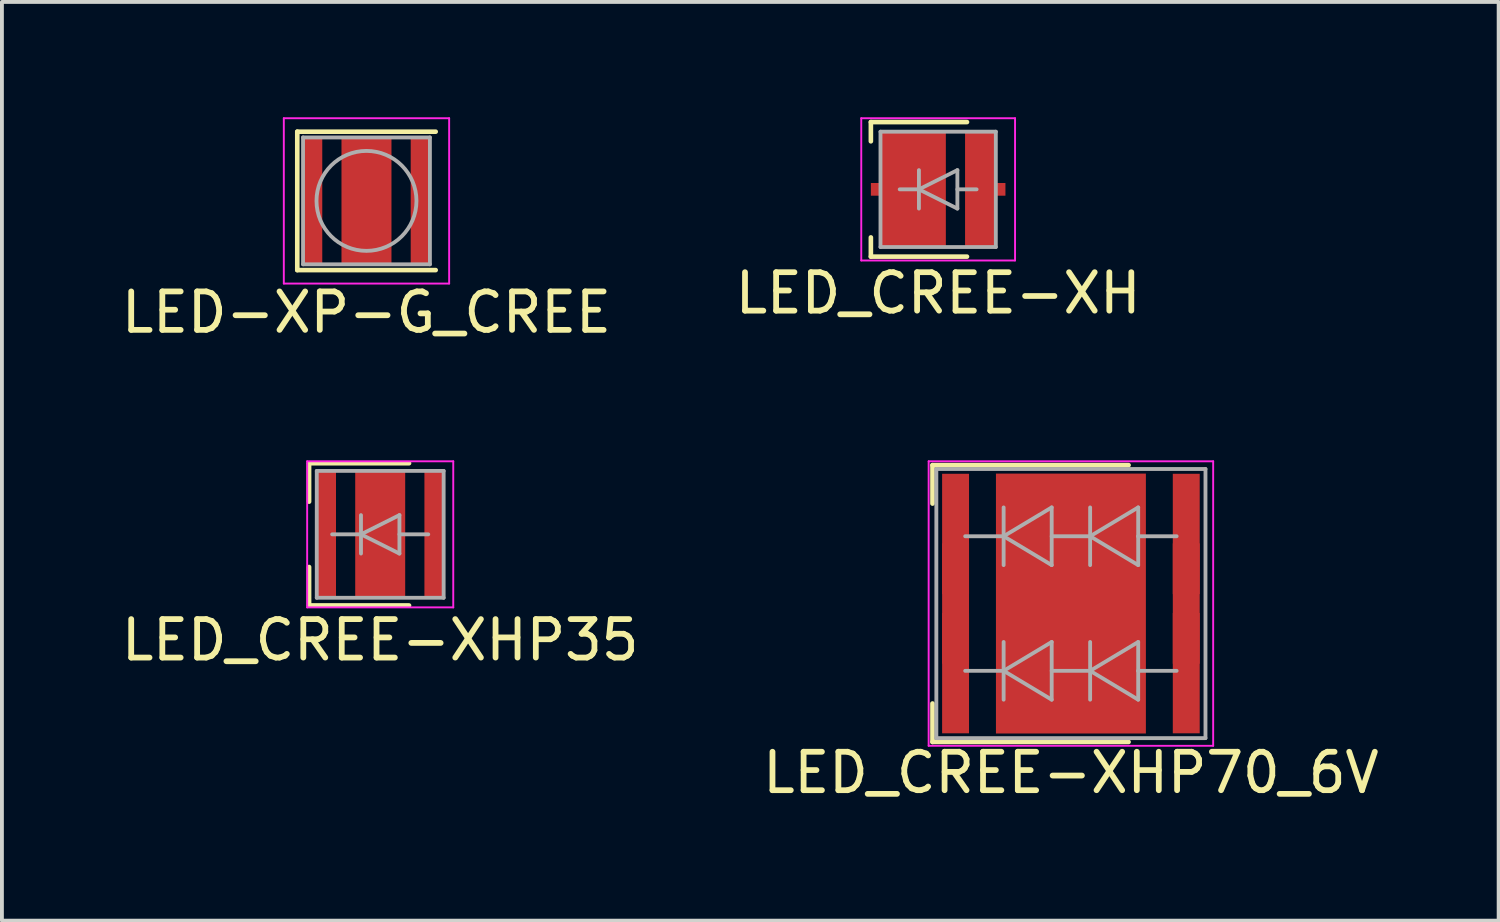
<source format=kicad_pcb>
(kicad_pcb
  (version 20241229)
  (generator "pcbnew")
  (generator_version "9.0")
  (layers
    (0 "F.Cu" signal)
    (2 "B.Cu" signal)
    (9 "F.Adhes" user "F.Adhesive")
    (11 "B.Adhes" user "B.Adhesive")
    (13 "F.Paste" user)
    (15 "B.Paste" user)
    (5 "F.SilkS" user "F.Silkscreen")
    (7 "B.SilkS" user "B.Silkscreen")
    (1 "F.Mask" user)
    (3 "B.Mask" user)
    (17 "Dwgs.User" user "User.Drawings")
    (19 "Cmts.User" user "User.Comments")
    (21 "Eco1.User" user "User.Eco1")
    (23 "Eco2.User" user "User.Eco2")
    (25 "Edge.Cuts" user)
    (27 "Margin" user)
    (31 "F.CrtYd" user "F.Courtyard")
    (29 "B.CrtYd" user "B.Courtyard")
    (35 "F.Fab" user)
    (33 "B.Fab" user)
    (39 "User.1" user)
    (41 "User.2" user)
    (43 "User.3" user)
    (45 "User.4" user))
  (footprint "LED-XP-G_CREE"
    (layer "F.Cu")
    (at 6.482 2.175)
    (property "Reference" "LED-XP-G_CREE" (at 0 2.9 0) (layer "F.SilkS") (effects (font (size 1 1) (thickness 0.15))))
    (attr smd)
    (fp_line (start -1.8 -1.8) (end 1.8 -1.8) (stroke (width 0.12) (type solid)) (layer "F.SilkS"))
    (fp_line (start -1.8 1.8) (end -1.8 -1.8) (stroke (width 0.12) (type solid)) (layer "F.SilkS"))
    (fp_line (start 1.8 1.8) (end -1.8 1.8) (stroke (width 0.12) (type solid)) (layer "F.SilkS"))
    (fp_line (start -2.15 -2.15) (end 2.15 -2.15) (stroke (width 0.05) (type solid)) (layer "F.CrtYd"))
    (fp_line (start -2.15 2.15) (end -2.15 -2.15) (stroke (width 0.05) (type solid)) (layer "F.CrtYd"))
    (fp_line (start 2.15 -2.15) (end 2.15 2.15) (stroke (width 0.05) (type solid)) (layer "F.CrtYd"))
    (fp_line (start 2.15 2.15) (end -2.15 2.15) (stroke (width 0.05) (type solid)) (layer "F.CrtYd"))
    (fp_line (start -1.65 -1.65) (end 1.65 -1.65) (stroke (width 0.1) (type solid)) (layer "F.Fab"))
    (fp_line (start -1.65 1.65) (end -1.65 -1.65) (stroke (width 0.1) (type solid)) (layer "F.Fab"))
    (fp_line (start 1.65 -1.65) (end 1.65 1.65) (stroke (width 0.1) (type solid)) (layer "F.Fab"))
    (fp_line (start 1.65 1.65) (end -1.65 1.65) (stroke (width 0.1) (type solid)) (layer "F.Fab"))
    (fp_circle (center 0 0) (end 0 1.3) (stroke (width 0.1) (type solid)) (fill no) (layer "F.Fab"))
    (pad "1" smd rect (at -1.4 0) (size 0.5 3.3) (layers "F.Cu" "F.Mask" "F.Paste"))
    (pad "2" smd rect (at 1.4 0) (size 0.5 3.3) (layers "F.Cu" "F.Mask" "F.Paste"))
    (pad "3" smd rect (at 0 0) (size 1.3 3.3) (layers "F.Cu" "F.Mask" "F.Paste")))
  (footprint "LED_CREE-XHP70_6V"
    (layer "F.Cu")
    (at 24.804 12.648)
    (property "Reference" "LED_CREE-XHP70_6V" (at 0 4.4 0) (layer "F.SilkS") (effects (font (size 1 1) (thickness 0.15))))
    (attr smd)
    (fp_line (start -3.6 -3.6) (end -3.6 -2.6) (stroke (width 0.12) (type solid)) (layer "F.SilkS"))
    (fp_line (start -3.6 3.6) (end -3.6 2.6) (stroke (width 0.12) (type solid)) (layer "F.SilkS"))
    (fp_line (start 1.5 -3.6) (end -3.6 -3.6) (stroke (width 0.12) (type solid)) (layer "F.SilkS"))
    (fp_line (start 1.5 3.6) (end -3.6 3.6) (stroke (width 0.12) (type solid)) (layer "F.SilkS"))
    (fp_line (start -3.7 -3.7) (end -3.7 3.7) (stroke (width 0.05) (type solid)) (layer "F.CrtYd"))
    (fp_line (start -3.7 3.7) (end 3.7 3.7) (stroke (width 0.05) (type solid)) (layer "F.CrtYd"))
    (fp_line (start 3.7 -3.7) (end -3.7 -3.7) (stroke (width 0.05) (type solid)) (layer "F.CrtYd"))
    (fp_line (start 3.7 3.7) (end 3.7 -3.7) (stroke (width 0.05) (type solid)) (layer "F.CrtYd"))
    (fp_line (start -3.5 -3.5) (end -3.5 3.5) (stroke (width 0.1) (type solid)) (layer "F.Fab"))
    (fp_line (start -3.5 3.5) (end 3.5 3.5) (stroke (width 0.1) (type solid)) (layer "F.Fab"))
    (fp_line (start -2.75 -1.75) (end -1.75 -1.75) (stroke (width 0.1) (type solid)) (layer "F.Fab"))
    (fp_line (start -2.75 1.75) (end -1.75 1.75) (stroke (width 0.1) (type solid)) (layer "F.Fab"))
    (fp_line (start -1.75 -1.75) (end -1.75 -2.5) (stroke (width 0.1) (type solid)) (layer "F.Fab"))
    (fp_line (start -1.75 -1.75) (end -1.75 -1) (stroke (width 0.1) (type solid)) (layer "F.Fab"))
    (fp_line (start -1.75 -1.75) (end -0.5 -1) (stroke (width 0.1) (type solid)) (layer "F.Fab"))
    (fp_line (start -1.75 1.75) (end -1.75 1) (stroke (width 0.1) (type solid)) (layer "F.Fab"))
    (fp_line (start -1.75 1.75) (end -1.75 2.5) (stroke (width 0.1) (type solid)) (layer "F.Fab"))
    (fp_line (start -1.75 1.75) (end -0.5 2.5) (stroke (width 0.1) (type solid)) (layer "F.Fab"))
    (fp_line (start -0.5 -2.5) (end -1.75 -1.75) (stroke (width 0.1) (type solid)) (layer "F.Fab"))
    (fp_line (start -0.5 -1.75) (end 0.5 -1.75) (stroke (width 0.1) (type solid)) (layer "F.Fab"))
    (fp_line (start -0.5 -1) (end -0.5 -2.5) (stroke (width 0.1) (type solid)) (layer "F.Fab"))
    (fp_line (start -0.5 1) (end -1.75 1.75) (stroke (width 0.1) (type solid)) (layer "F.Fab"))
    (fp_line (start -0.5 1.75) (end 0.5 1.75) (stroke (width 0.1) (type solid)) (layer "F.Fab"))
    (fp_line (start -0.5 2.5) (end -0.5 1) (stroke (width 0.1) (type solid)) (layer "F.Fab"))
    (fp_line (start 0.5 -2.5) (end 0.5 -1) (stroke (width 0.1) (type solid)) (layer "F.Fab"))
    (fp_line (start 0.5 -1.75) (end 1.75 -2.5) (stroke (width 0.1) (type solid)) (layer "F.Fab"))
    (fp_line (start 0.5 1) (end 0.5 2.5) (stroke (width 0.1) (type solid)) (layer "F.Fab"))
    (fp_line (start 0.5 1.75) (end 1.75 1) (stroke (width 0.1) (type solid)) (layer "F.Fab"))
    (fp_line (start 1.75 -1.75) (end 1.75 -2.5) (stroke (width 0.1) (type solid)) (layer "F.Fab"))
    (fp_line (start 1.75 -1.75) (end 1.75 -1) (stroke (width 0.1) (type solid)) (layer "F.Fab"))
    (fp_line (start 1.75 -1) (end 0.5 -1.75) (stroke (width 0.1) (type solid)) (layer "F.Fab"))
    (fp_line (start 1.75 1.75) (end 1.75 1) (stroke (width 0.1) (type solid)) (layer "F.Fab"))
    (fp_line (start 1.75 1.75) (end 1.75 2.5) (stroke (width 0.1) (type solid)) (layer "F.Fab"))
    (fp_line (start 1.75 2.5) (end 0.5 1.75) (stroke (width 0.1) (type solid)) (layer "F.Fab"))
    (fp_line (start 2.75 -1.75) (end 1.75 -1.75) (stroke (width 0.1) (type solid)) (layer "F.Fab"))
    (fp_line (start 2.75 1.75) (end 1.75 1.75) (stroke (width 0.1) (type solid)) (layer "F.Fab"))
    (fp_line (start 3.5 -3.5) (end -3.5 -3.5) (stroke (width 0.1) (type solid)) (layer "F.Fab"))
    (fp_line (start 3.5 3.5) (end 3.5 -3.5) (stroke (width 0.1) (type solid)) (layer "F.Fab"))
    (pad "1" smd rect (at -3 -1.81) (size 0.7 3.13) (layers "F.Cu" "F.Mask" "F.Paste"))
    (pad "1" smd rect (at -3 0) (size 0.7 3.13) (layers "F.Cu" "F.Mask"))
    (pad "1" smd rect (at -3 1.81) (size 0.7 3.13) (layers "F.Cu" "F.Mask" "F.Paste"))
    (pad "2" smd rect (at 3 -1.81) (size 0.7 3.13) (layers "F.Cu" "F.Mask" "F.Paste"))
    (pad "2" smd rect (at 3 0) (size 0.7 3.13) (layers "F.Cu" "F.Mask"))
    (pad "2" smd rect (at 3 1.81) (size 0.7 3.13) (layers "F.Cu" "F.Mask" "F.Paste"))
    (pad "3" smd rect (at -0.77 -2.31) (size 1.29 1.29) (layers "F.Cu" "F.Mask" "F.Paste"))
    (pad "3" smd rect (at -0.77 -0.77) (size 1.29 1.29) (layers "F.Cu" "F.Mask" "F.Paste"))
    (pad "3" smd rect (at -0.77 0.77) (size 1.29 1.29) (layers "F.Cu" "F.Mask" "F.Paste"))
    (pad "3" smd rect (at -0.77 2.31) (size 1.29 1.29) (layers "F.Cu" "F.Mask" "F.Paste"))
    (pad "3" smd rect (at 0 0) (size 3.9 6.76) (layers "F.Cu" "F.Mask"))
    (pad "3" smd rect (at 0.77 -2.31) (size 1.29 1.29) (layers "F.Cu" "F.Mask" "F.Paste"))
    (pad "3" smd rect (at 0.77 -0.77) (size 1.29 1.29) (layers "F.Cu" "F.Mask" "F.Paste"))
    (pad "3" smd rect (at 0.77 0.77) (size 1.29 1.29) (layers "F.Cu" "F.Mask" "F.Paste"))
    (pad "3" smd rect (at 0.77 2.31) (size 1.29 1.29) (layers "F.Cu" "F.Mask" "F.Paste")))
  (footprint "LED_CREE-XH"
    (layer "F.Cu")
    (at 21.351 1.875)
    (property "Reference" "LED_CREE-XH" (at 0 2.7 0) (layer "F.SilkS") (effects (font (size 1 1) (thickness 0.15))))
    (attr smd)
    (fp_line (start -1.75 -1.75) (end -1.75 -1.25) (stroke (width 0.12) (type solid)) (layer "F.SilkS"))
    (fp_line (start -1.75 1.25) (end -1.75 1.75) (stroke (width 0.12) (type solid)) (layer "F.SilkS"))
    (fp_line (start -1.75 1.75) (end 0.75 1.75) (stroke (width 0.12) (type solid)) (layer "F.SilkS"))
    (fp_line (start 0.75 -1.75) (end -1.75 -1.75) (stroke (width 0.12) (type solid)) (layer "F.SilkS"))
    (fp_line (start -2 -1.85) (end -2 1.85) (stroke (width 0.05) (type solid)) (layer "F.CrtYd"))
    (fp_line (start -2 1.85) (end 2 1.85) (stroke (width 0.05) (type solid)) (layer "F.CrtYd"))
    (fp_line (start 2 -1.85) (end -2 -1.85) (stroke (width 0.05) (type solid)) (layer "F.CrtYd"))
    (fp_line (start 2 1.85) (end 2 -1.85) (stroke (width 0.05) (type solid)) (layer "F.CrtYd"))
    (fp_line (start -1.5 -1.5) (end 1.5 -1.5) (stroke (width 0.1) (type solid)) (layer "F.Fab"))
    (fp_line (start -1.5 1.5) (end -1.5 -1.5) (stroke (width 0.1) (type solid)) (layer "F.Fab"))
    (fp_line (start -1 0) (end -0.5 0) (stroke (width 0.1) (type solid)) (layer "F.Fab"))
    (fp_line (start -0.5 -0.5) (end -0.5 0.5) (stroke (width 0.1) (type solid)) (layer "F.Fab"))
    (fp_line (start -0.5 0) (end 0.5 -0.5) (stroke (width 0.1) (type solid)) (layer "F.Fab"))
    (fp_line (start 0.5 -0.5) (end 0.5 0.5) (stroke (width 0.1) (type solid)) (layer "F.Fab"))
    (fp_line (start 0.5 0.5) (end -0.5 0) (stroke (width 0.1) (type solid)) (layer "F.Fab"))
    (fp_line (start 1 0) (end 0.5 0) (stroke (width 0.1) (type solid)) (layer "F.Fab"))
    (fp_line (start 1.5 -1.5) (end 1.5 1.5) (stroke (width 0.1) (type solid)) (layer "F.Fab"))
    (fp_line (start 1.5 1.5) (end -1.5 1.5) (stroke (width 0.1) (type solid)) (layer "F.Fab"))
    (pad "1" smd rect (at -1.5 0) (size 0.5 0.33) (layers "F.Cu" "F.Mask"))
    (pad "1" smd rect (at -0.65 -0.75) (size 1.35 1.2) (layers "F.Cu" "F.Mask" "F.Paste"))
    (pad "1" smd rect (at -0.65 0) (size 1.7 3) (layers "F.Cu" "F.Mask"))
    (pad "1" smd rect (at -0.65 0.75) (size 1.35 1.2) (layers "F.Cu" "F.Mask" "F.Paste"))
    (pad "2" smd rect (at 1.1 -0.75) (size 0.7 1.2) (layers "F.Cu" "F.Mask" "F.Paste"))
    (pad "2" smd rect (at 1.1 0) (size 0.8 3) (layers "F.Cu" "F.Mask"))
    (pad "2" smd rect (at 1.1 0.75) (size 0.7 1.2) (layers "F.Cu" "F.Mask" "F.Paste"))
    (pad "2" smd rect (at 1.5 0) (size 0.5 0.33) (layers "F.Cu" "F.Mask")))
  (footprint "LED_CREE-XHP35"
    (layer "F.Cu")
    (at 6.839 10.848)
    (property "Reference" "LED_CREE-XHP35" (at 0 2.75 0) (layer "F.SilkS") (effects (font (size 1 1) (thickness 0.15))))
    (attr smd)
    (fp_line (start -1.85 -1.85) (end -1.85 -0.85) (stroke (width 0.12) (type solid)) (layer "F.SilkS"))
    (fp_line (start -1.85 1.85) (end -1.85 0.85) (stroke (width 0.12) (type solid)) (layer "F.SilkS"))
    (fp_line (start 0.75 -1.85) (end -1.85 -1.85) (stroke (width 0.12) (type solid)) (layer "F.SilkS"))
    (fp_line (start 0.75 1.85) (end -1.85 1.85) (stroke (width 0.12) (type solid)) (layer "F.SilkS"))
    (fp_line (start -1.9 -1.9) (end -1.9 1.9) (stroke (width 0.05) (type solid)) (layer "F.CrtYd"))
    (fp_line (start -1.9 1.9) (end 1.9 1.9) (stroke (width 0.05) (type solid)) (layer "F.CrtYd"))
    (fp_line (start 1.9 -1.9) (end -1.9 -1.9) (stroke (width 0.05) (type solid)) (layer "F.CrtYd"))
    (fp_line (start 1.9 1.9) (end 1.9 -1.9) (stroke (width 0.05) (type solid)) (layer "F.CrtYd"))
    (fp_line (start -1.65 -1.65) (end 1.65 -1.65) (stroke (width 0.1) (type solid)) (layer "F.Fab"))
    (fp_line (start -1.65 1.65) (end -1.65 -1.65) (stroke (width 0.1) (type solid)) (layer "F.Fab"))
    (fp_line (start -1.25 0) (end -0.5 0) (stroke (width 0.1) (type solid)) (layer "F.Fab"))
    (fp_line (start -0.5 -0.5) (end -0.5 0.5) (stroke (width 0.1) (type solid)) (layer "F.Fab"))
    (fp_line (start -0.5 0) (end 0.5 -0.5) (stroke (width 0.1) (type solid)) (layer "F.Fab"))
    (fp_line (start 0.5 -0.5) (end 0.5 0.5) (stroke (width 0.1) (type solid)) (layer "F.Fab"))
    (fp_line (start 0.5 0.5) (end -0.5 0) (stroke (width 0.1) (type solid)) (layer "F.Fab"))
    (fp_line (start 1.25 0) (end 0.5 0) (stroke (width 0.1) (type solid)) (layer "F.Fab"))
    (fp_line (start 1.65 -1.65) (end 1.65 1.65) (stroke (width 0.1) (type solid)) (layer "F.Fab"))
    (fp_line (start 1.65 1.65) (end -1.65 1.65) (stroke (width 0.1) (type solid)) (layer "F.Fab"))
    (pad "1" smd rect (at -1.4 0) (size 0.5 3.3) (layers "F.Cu" "F.Mask" "F.Paste"))
    (pad "2" smd rect (at 1.4 0) (size 0.5 3.3) (layers "F.Cu" "F.Mask" "F.Paste"))
    (pad "3" smd rect (at 0 -1) (size 1 0.75) (layers "F.Cu" "F.Mask" "F.Paste"))
    (pad "3" smd rect (at 0 0) (size 1 0.75) (layers "F.Cu" "F.Mask" "F.Paste"))
    (pad "3" smd rect (at 0 0) (size 1.3 3.3) (layers "F.Cu" "F.Mask"))
    (pad "3" smd rect (at 0 1) (size 1 0.75) (layers "F.Cu" "F.Mask" "F.Paste")))
  (gr_rect
    (start -3 -3)
    (end 35.929 20.896)
    (stroke (width 0.1) (type default))
    (fill no)
    (layer "Edge.Cuts")))
</source>
